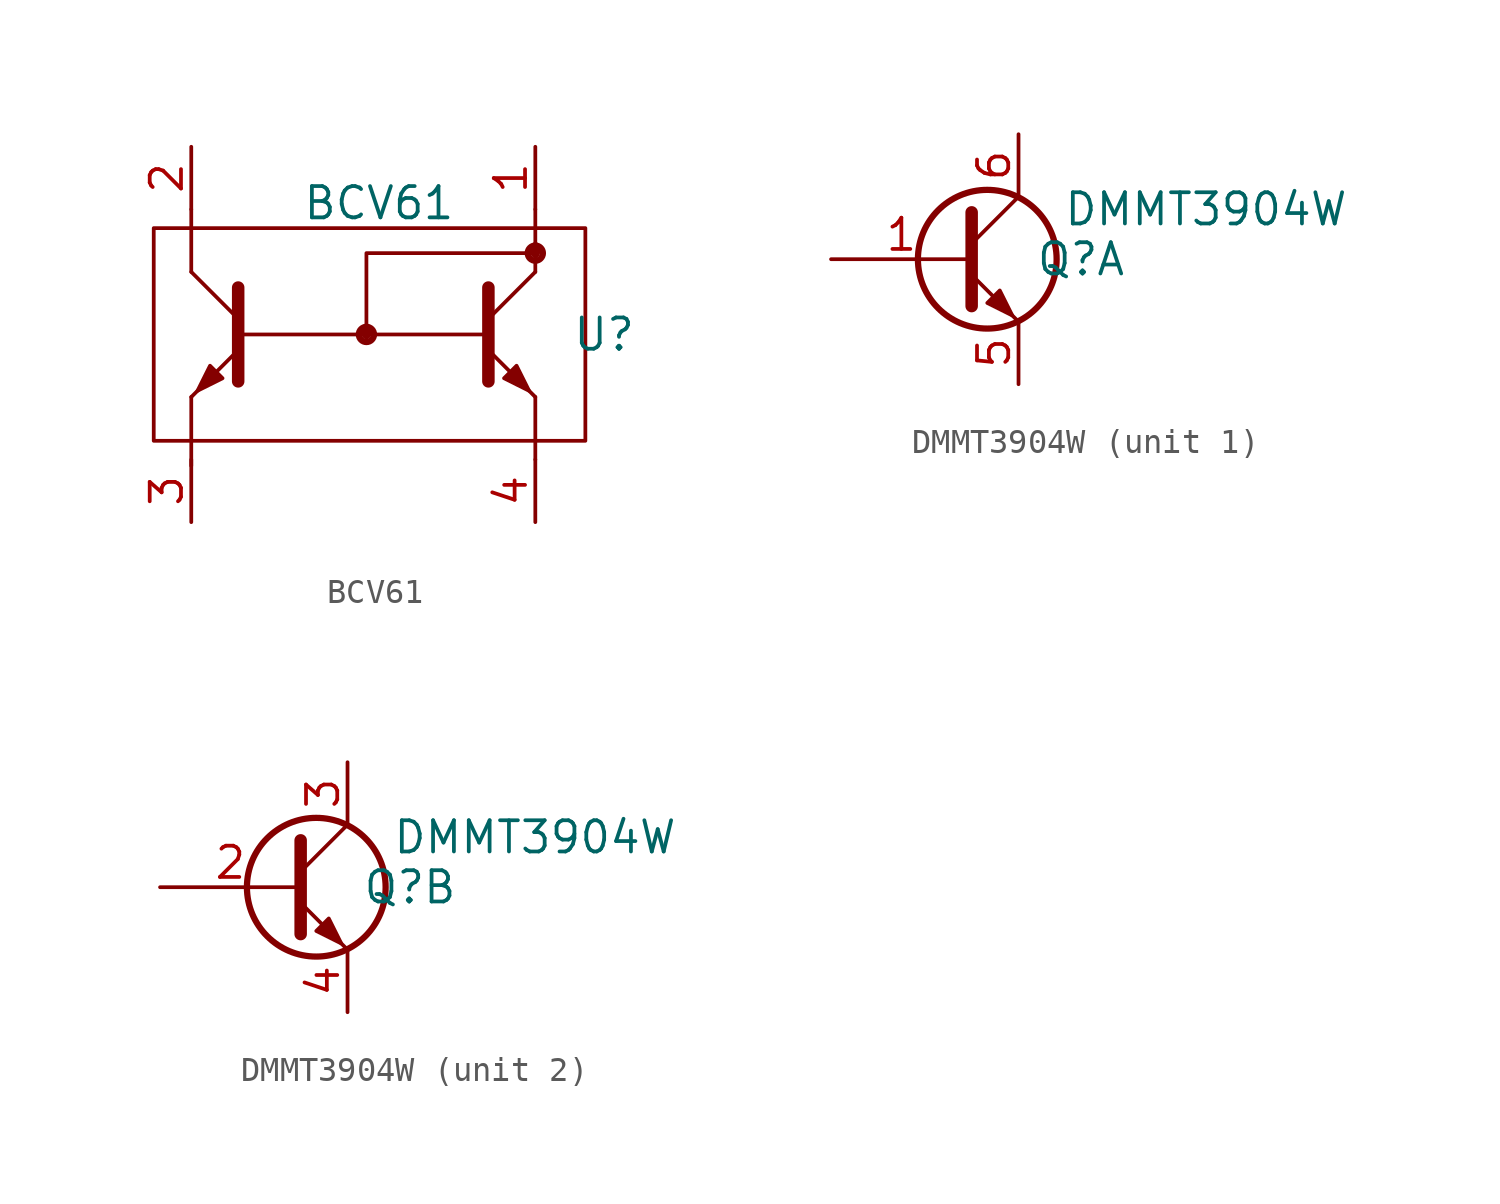
<source format=kicad_sym>
(kicad_symbol_lib
  (version 20231120)
  (generator "kicad_symbol_editor")
  (generator_version "8.0")
  (symbol "BCV61 "
    (property "Reference" "U"
      (at 11.684 0 0)
      (effects (font (size 1.27 1.27))))
    (property "Value" "BCV61 "
      (at 2.54 5.334 0)
      (effects (font (size 1.27 1.27))))
    (symbol "BCV61 _0_1"
      (rectangle (start -6.604 4.318) (end 10.922 -4.318) (stroke (width 0) (type default)) (fill (type none)))
      (polyline (pts (xy -5.08 -5.334) (xy -5.08 -2.54)) (stroke (width 0) (type default)) (fill (type none)))
      (polyline (pts (xy -5.08 5.08) (xy -5.08 2.54)) (stroke (width 0) (type default)) (fill (type none)))
      (polyline (pts (xy -3.175 0.635) (xy -5.08 2.54)) (stroke (width 0) (type default)) (fill (type none)))
      (polyline (pts (xy 6.858 0) (xy -3.048 0)) (stroke (width 0) (type default)) (fill (type none)))
      (polyline (pts (xy 6.985 0.635) (xy 8.89 2.54)) (stroke (width 0) (type default)) (fill (type none)))
      (polyline (pts (xy 8.89 -5.08) (xy 8.89 -2.54)) (stroke (width 0) (type default)) (fill (type none)))
      (polyline (pts (xy 8.89 5.08) (xy 8.89 3.556)) (stroke (width 0) (type default)) (fill (type none)))
      (polyline (pts (xy -3.175 -0.635) (xy -5.08 -2.54) (xy -5.08 -2.54)) (stroke (width 0) (type default)) (fill (type none)))
      (polyline (pts (xy -3.175 1.905) (xy -3.175 -1.905) (xy -3.175 -1.905)) (stroke (width 0.508) (type default)) (fill (type none)))
      (polyline (pts (xy 6.985 -0.635) (xy 8.89 -2.54) (xy 8.89 -2.54)) (stroke (width 0) (type default)) (fill (type none)))
      (polyline (pts (xy 6.985 1.905) (xy 6.985 -1.905) (xy 6.985 -1.905)) (stroke (width 0.508) (type default)) (fill (type none)))
      (polyline (pts (xy 2.032 -0.254) (xy 2.032 3.302) (xy 8.89 3.302) (xy 8.89 2.54)) (stroke (width 0) (type default)) (fill (type none)))
      (polyline (pts (xy -3.81 -1.778) (xy -4.318 -1.27) (xy -4.826 -2.286) (xy -3.81 -1.778) (xy -3.81 -1.778)) (stroke (width 0) (type default)) (fill (type outline)))
      (polyline (pts (xy 7.62 -1.778) (xy 8.128 -1.27) (xy 8.636 -2.286) (xy 7.62 -1.778) (xy 7.62 -1.778)) (stroke (width 0) (type default)) (fill (type outline)))
      (circle (center 8.89 3.302) (radius 0.359) (stroke (width 0) (type default)) (fill (type none))))
    (symbol "BCV61 _1_1"
      (polyline (pts (xy 2.032 0) (xy 2.032 0.254)) (stroke (width 0.381) (type default)) (fill (type none)))
      (polyline (pts (xy 8.89 3.302) (xy 8.89 3.556)) (stroke (width 0.381) (type default)) (fill (type none)))
      (circle (center 2.032 0) (radius 0.254) (stroke (width 0) (type default)) (fill (type none)))
      (circle (center 2.032 0) (radius 0.359) (stroke (width 0) (type default)) (fill (type none)))
      (circle (center 8.89 3.302) (radius 0.254) (stroke (width 0) (type default)) (fill (type none)))
      (pin passive line (at 8.89 7.62 270) (length 2.54) (name "~" (effects (font (size 1.27 1.27)))) (number "1" (effects (font (size 1.27 1.27)))))
      (pin passive line (at -5.08 7.62 270) (length 2.54) (name "~" (effects (font (size 1.27 1.27)))) (number "2" (effects (font (size 1.27 1.27)))))
      (pin passive line (at -5.08 -7.62 90) (length 2.54) (name "~" (effects (font (size 1.27 1.27)))) (number "3" (effects (font (size 1.27 1.27)))))
      (pin passive line (at 8.89 -7.62 90) (length 2.54) (name "~" (effects (font (size 1.27 1.27)))) (number "4" (effects (font (size 1.27 1.27)))))))
  (symbol "DMMT3904W"
    (property "Reference" "Q"
      (at 2.54 0 0)
      (effects (font (size 1.27 1.27))))
    (property "Value" "DMMT3904W"
      (at 7.62 2.032 0)
      (effects (font (size 1.27 1.27))))
    (property "ki_locked" ""
      (at 0 0 0)
      (effects (font (size 1.27 1.27))))
    (symbol "DMMT3904W_0_1"
      (circle (center -1.27 0) (radius 2.819) (stroke (width 0.254) (type default)) (fill (type none)))
      (polyline (pts (xy -1.905 0.635) (xy 0 2.54)) (stroke (width 0) (type default)) (fill (type none)))
      (polyline (pts (xy -1.905 -0.635) (xy 0 -2.54) (xy 0 -2.54)) (stroke (width 0) (type default)) (fill (type none)))
      (polyline (pts (xy -1.905 1.905) (xy -1.905 -1.905) (xy -1.905 -1.905)) (stroke (width 0.508) (type default)) (fill (type none)))
      (polyline (pts (xy -1.27 -1.778) (xy -0.762 -1.27) (xy -0.254 -2.286) (xy -1.27 -1.778) (xy -1.27 -1.778)) (stroke (width 0) (type default)) (fill (type outline))))
    (symbol "DMMT3904W_1_1"
      (pin input line (at -7.62 0 0) (length 5.715) (name "~" (effects (font (size 1.27 1.27)))) (number "1" (effects (font (size 1.27 1.27)))))
      (pin passive line (at 0 -5.08 90) (length 2.54) (name "~" (effects (font (size 1.27 1.27)))) (number "5" (effects (font (size 1.27 1.27)))))
      (pin passive line (at 0 5.08 270) (length 2.54) (name "~" (effects (font (size 1.27 1.27)))) (number "6" (effects (font (size 1.27 1.27))))))
    (symbol "DMMT3904W_2_1"
      (pin input line (at -7.62 0 0) (length 5.715) (name "~" (effects (font (size 1.27 1.27)))) (number "2" (effects (font (size 1.27 1.27)))))
      (pin passive line (at 0 5.08 270) (length 2.54) (name "~" (effects (font (size 1.27 1.27)))) (number "3" (effects (font (size 1.27 1.27)))))
      (pin passive line (at 0 -5.08 90) (length 2.54) (name "~" (effects (font (size 1.27 1.27)))) (number "4" (effects (font (size 1.27 1.27))))))))
</source>
